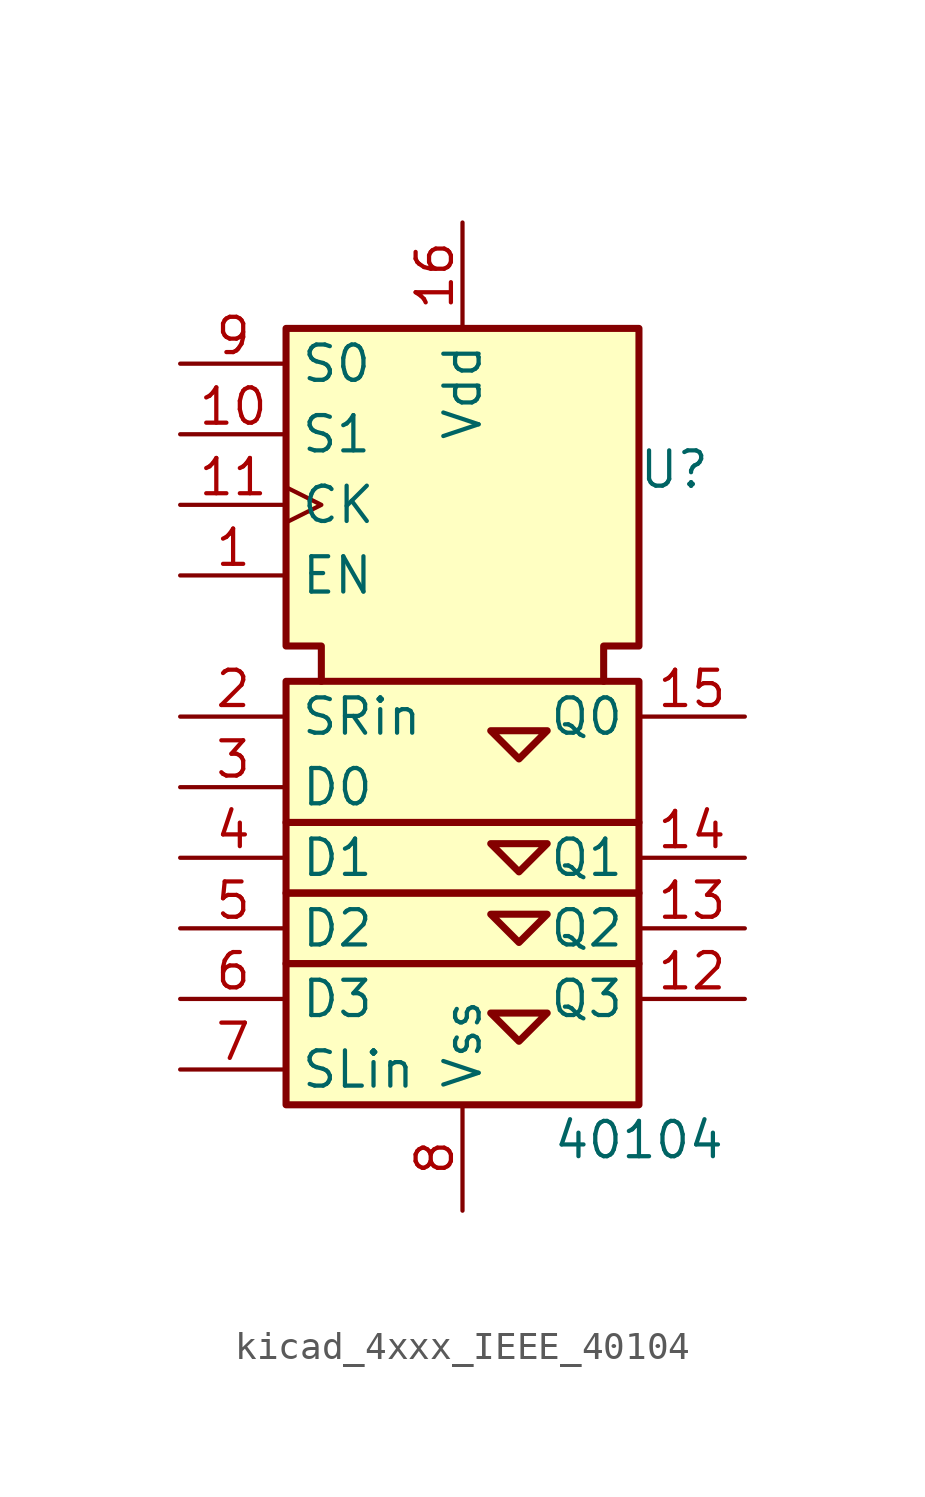
<source format=kicad_sym>
(kicad_symbol_lib
  (version 20220914)
  (generator kicad_symbol_editor)
  (symbol "kicad_4xxx_IEEE_40104"
    (property "Reference" "U"
      (at 7.62 8.89 0)
      (effects (font (size 1.27 1.27))))
    (property "Value" "40104"
      (at 6.35 -15.24 0)
      (effects (font (size 1.27 1.27))))
    (symbol "kicad_4xxx_IEEE_40104_0_0"
      (rectangle (start -6.35 -8.89) (end 6.35 -13.97) (stroke (width 0.254) (type default)) (fill (type background)))
      (rectangle (start -6.35 -6.35) (end 6.35 -8.89) (stroke (width 0.254) (type default)) (fill (type background))))
    (symbol "kicad_4xxx_IEEE_40104_0_1"
      (rectangle (start -6.35 -3.81) (end 6.35 -6.35) (stroke (width 0.254) (type default)) (fill (type background)))
      (rectangle (start -6.35 1.27) (end 6.35 -3.81) (stroke (width 0.254) (type default)) (fill (type background)))
      (polyline (pts (xy 1.016 -10.668) (xy 3.048 -10.668) (xy 2.032 -11.684) (xy 1.016 -10.668) (xy 1.016 -10.668)) (stroke (width 0.254) (type default)) (fill (type background)))
      (polyline (pts (xy 1.016 -7.112) (xy 2.032 -8.128) (xy 3.048 -7.112) (xy 1.016 -7.112) (xy 1.016 -7.112)) (stroke (width 0.254) (type default)) (fill (type background)))
      (polyline (pts (xy 1.016 -4.572) (xy 2.032 -5.588) (xy 3.048 -4.572) (xy 1.016 -4.572) (xy 1.016 -4.572)) (stroke (width 0.254) (type default)) (fill (type background)))
      (polyline (pts (xy 1.016 -0.508) (xy 2.032 -1.524) (xy 3.048 -0.508) (xy 1.016 -0.508) (xy 1.016 -0.508)) (stroke (width 0.254) (type default)) (fill (type background)))
      (polyline (pts (xy -5.08 1.27) (xy -5.08 2.54) (xy -6.35 2.54) (xy -6.35 13.97) (xy 6.35 13.97) (xy 6.35 2.54) (xy 5.08 2.54) (xy 5.08 1.27) (xy 5.08 1.27)) (stroke (width 0.254) (type default)) (fill (type background))))
    (symbol "kicad_4xxx_IEEE_40104_1_1"
      (pin input line (at -10.16 5.08 0) (length 3.81) (name "EN" (effects (font (size 1.27 1.27)))) (number "1" (effects (font (size 1.27 1.27)))))
      (pin input line (at -10.16 10.16 0) (length 3.81) (name "S1" (effects (font (size 1.27 1.27)))) (number "10" (effects (font (size 1.27 1.27)))))
      (pin input clock (at -10.16 7.62 0) (length 3.81) (name "CK" (effects (font (size 1.27 1.27)))) (number "11" (effects (font (size 1.27 1.27)))))
      (pin output line (at 10.16 -10.16 180) (length 3.81) (name "Q3" (effects (font (size 1.27 1.27)))) (number "12" (effects (font (size 1.27 1.27)))))
      (pin output line (at 10.16 -7.62 180) (length 3.81) (name "Q2" (effects (font (size 1.27 1.27)))) (number "13" (effects (font (size 1.27 1.27)))))
      (pin output line (at 10.16 -5.08 180) (length 3.81) (name "Q1" (effects (font (size 1.27 1.27)))) (number "14" (effects (font (size 1.27 1.27)))))
      (pin output line (at 10.16 0 180) (length 3.81) (name "Q0" (effects (font (size 1.27 1.27)))) (number "15" (effects (font (size 1.27 1.27)))))
      (pin power_in line (at 0 17.78 270) (length 3.81) (name "Vdd" (effects (font (size 1.27 1.27)))) (number "16" (effects (font (size 1.27 1.27)))))
      (pin input line (at -10.16 0 0) (length 3.81) (name "SRin" (effects (font (size 1.27 1.27)))) (number "2" (effects (font (size 1.27 1.27)))))
      (pin input line (at -10.16 -2.54 0) (length 3.81) (name "D0" (effects (font (size 1.27 1.27)))) (number "3" (effects (font (size 1.27 1.27)))))
      (pin input line (at -10.16 -5.08 0) (length 3.81) (name "D1" (effects (font (size 1.27 1.27)))) (number "4" (effects (font (size 1.27 1.27)))))
      (pin input line (at -10.16 -7.62 0) (length 3.81) (name "D2" (effects (font (size 1.27 1.27)))) (number "5" (effects (font (size 1.27 1.27)))))
      (pin input line (at -10.16 -10.16 0) (length 3.81) (name "D3" (effects (font (size 1.27 1.27)))) (number "6" (effects (font (size 1.27 1.27)))))
      (pin input line (at -10.16 -12.7 0) (length 3.81) (name "SLin" (effects (font (size 1.27 1.27)))) (number "7" (effects (font (size 1.27 1.27)))))
      (pin power_in line (at 0 -17.78 90) (length 3.81) (name "Vss" (effects (font (size 1.27 1.27)))) (number "8" (effects (font (size 1.27 1.27)))))
      (pin input line (at -10.16 12.7 0) (length 3.81) (name "S0" (effects (font (size 1.27 1.27)))) (number "9" (effects (font (size 1.27 1.27))))))))
</source>
